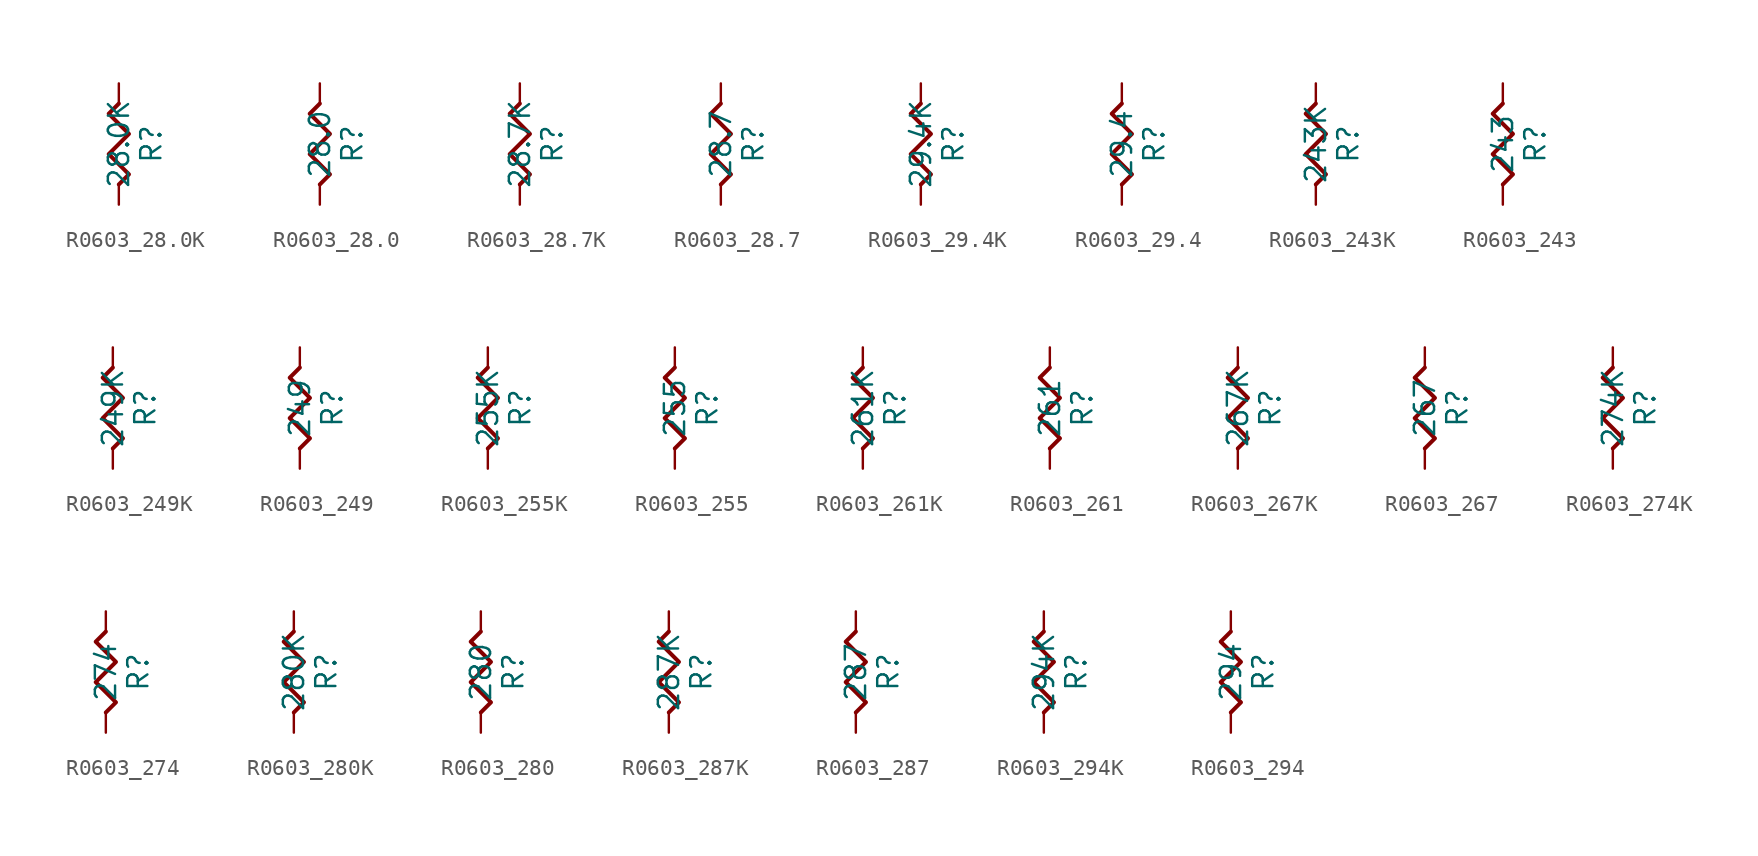
<source format=kicad_sym>
(kicad_symbol_lib
  (version 20211014)
  (generator atlantix-eda)
  (symbol "R0603_28.0K"
    (pin_numbers hide)
    (pin_names
      (offset 0))
    (property "Reference" "R"
      (at 2.032 0 90)
      (effects (font (size 1.27 1.27))))
    (property "Value" "28.0K"
      (at 0 0 90)
      (effects (font (size 1.27 1.27))))
    (symbol "R0603_28.0K_0_1"
      (polyline (pts (xy 0 -2.54) (xy 0.635 -1.905) (xy -0.635 -0.635) (xy 0.635 0.635) (xy -0.635 1.905) (xy 0 2.54)) (stroke (width 0.254) (type default) (color 0 0 0 0)) (fill (type none))))
    (symbol "R0603_28.0K_1_1"
      (pin passive line (at 0 3.81 270) (length 1.27) (name "~" (effects (font (size 1.27 1.27)))) (number "1" (effects (font (size 1.27 1.27)))))
      (pin passive line (at 0 -3.81 90) (length 1.27) (name "~" (effects (font (size 1.27 1.27)))) (number "2" (effects (font (size 1.27 1.27)))))))
  (symbol "R0603_28.0"
    (pin_numbers hide)
    (pin_names
      (offset 0))
    (property "Reference" "R"
      (at 2.032 0 90)
      (effects (font (size 1.27 1.27))))
    (property "Value" "28.0"
      (at 0 0 90)
      (effects (font (size 1.27 1.27))))
    (symbol "R0603_28.0_0_1"
      (polyline (pts (xy 0 -2.54) (xy 0.635 -1.905) (xy -0.635 -0.635) (xy 0.635 0.635) (xy -0.635 1.905) (xy 0 2.54)) (stroke (width 0.254) (type default) (color 0 0 0 0)) (fill (type none))))
    (symbol "R0603_28.0_1_1"
      (pin passive line (at 0 3.81 270) (length 1.27) (name "~" (effects (font (size 1.27 1.27)))) (number "1" (effects (font (size 1.27 1.27)))))
      (pin passive line (at 0 -3.81 90) (length 1.27) (name "~" (effects (font (size 1.27 1.27)))) (number "2" (effects (font (size 1.27 1.27)))))))
  (symbol "R0603_28.7K"
    (pin_numbers hide)
    (pin_names
      (offset 0))
    (property "Reference" "R"
      (at 2.032 0 90)
      (effects (font (size 1.27 1.27))))
    (property "Value" "28.7K"
      (at 0 0 90)
      (effects (font (size 1.27 1.27))))
    (symbol "R0603_28.7K_0_1"
      (polyline (pts (xy 0 -2.54) (xy 0.635 -1.905) (xy -0.635 -0.635) (xy 0.635 0.635) (xy -0.635 1.905) (xy 0 2.54)) (stroke (width 0.254) (type default) (color 0 0 0 0)) (fill (type none))))
    (symbol "R0603_28.7K_1_1"
      (pin passive line (at 0 3.81 270) (length 1.27) (name "~" (effects (font (size 1.27 1.27)))) (number "1" (effects (font (size 1.27 1.27)))))
      (pin passive line (at 0 -3.81 90) (length 1.27) (name "~" (effects (font (size 1.27 1.27)))) (number "2" (effects (font (size 1.27 1.27)))))))
  (symbol "R0603_28.7"
    (pin_numbers hide)
    (pin_names
      (offset 0))
    (property "Reference" "R"
      (at 2.032 0 90)
      (effects (font (size 1.27 1.27))))
    (property "Value" "28.7"
      (at 0 0 90)
      (effects (font (size 1.27 1.27))))
    (symbol "R0603_28.7_0_1"
      (polyline (pts (xy 0 -2.54) (xy 0.635 -1.905) (xy -0.635 -0.635) (xy 0.635 0.635) (xy -0.635 1.905) (xy 0 2.54)) (stroke (width 0.254) (type default) (color 0 0 0 0)) (fill (type none))))
    (symbol "R0603_28.7_1_1"
      (pin passive line (at 0 3.81 270) (length 1.27) (name "~" (effects (font (size 1.27 1.27)))) (number "1" (effects (font (size 1.27 1.27)))))
      (pin passive line (at 0 -3.81 90) (length 1.27) (name "~" (effects (font (size 1.27 1.27)))) (number "2" (effects (font (size 1.27 1.27)))))))
  (symbol "R0603_29.4K"
    (pin_numbers hide)
    (pin_names
      (offset 0))
    (property "Reference" "R"
      (at 2.032 0 90)
      (effects (font (size 1.27 1.27))))
    (property "Value" "29.4K"
      (at 0 0 90)
      (effects (font (size 1.27 1.27))))
    (symbol "R0603_29.4K_0_1"
      (polyline (pts (xy 0 -2.54) (xy 0.635 -1.905) (xy -0.635 -0.635) (xy 0.635 0.635) (xy -0.635 1.905) (xy 0 2.54)) (stroke (width 0.254) (type default) (color 0 0 0 0)) (fill (type none))))
    (symbol "R0603_29.4K_1_1"
      (pin passive line (at 0 3.81 270) (length 1.27) (name "~" (effects (font (size 1.27 1.27)))) (number "1" (effects (font (size 1.27 1.27)))))
      (pin passive line (at 0 -3.81 90) (length 1.27) (name "~" (effects (font (size 1.27 1.27)))) (number "2" (effects (font (size 1.27 1.27)))))))
  (symbol "R0603_29.4"
    (pin_numbers hide)
    (pin_names
      (offset 0))
    (property "Reference" "R"
      (at 2.032 0 90)
      (effects (font (size 1.27 1.27))))
    (property "Value" "29.4"
      (at 0 0 90)
      (effects (font (size 1.27 1.27))))
    (symbol "R0603_29.4_0_1"
      (polyline (pts (xy 0 -2.54) (xy 0.635 -1.905) (xy -0.635 -0.635) (xy 0.635 0.635) (xy -0.635 1.905) (xy 0 2.54)) (stroke (width 0.254) (type default) (color 0 0 0 0)) (fill (type none))))
    (symbol "R0603_29.4_1_1"
      (pin passive line (at 0 3.81 270) (length 1.27) (name "~" (effects (font (size 1.27 1.27)))) (number "1" (effects (font (size 1.27 1.27)))))
      (pin passive line (at 0 -3.81 90) (length 1.27) (name "~" (effects (font (size 1.27 1.27)))) (number "2" (effects (font (size 1.27 1.27)))))))
  (symbol "R0603_243K"
    (pin_numbers hide)
    (pin_names
      (offset 0))
    (property "Reference" "R"
      (at 2.032 0 90)
      (effects (font (size 1.27 1.27))))
    (property "Value" "243K"
      (at 0 0 90)
      (effects (font (size 1.27 1.27))))
    (symbol "R0603_243K_0_1"
      (polyline (pts (xy 0 -2.54) (xy 0.635 -1.905) (xy -0.635 -0.635) (xy 0.635 0.635) (xy -0.635 1.905) (xy 0 2.54)) (stroke (width 0.254) (type default) (color 0 0 0 0)) (fill (type none))))
    (symbol "R0603_243K_1_1"
      (pin passive line (at 0 3.81 270) (length 1.27) (name "~" (effects (font (size 1.27 1.27)))) (number "1" (effects (font (size 1.27 1.27)))))
      (pin passive line (at 0 -3.81 90) (length 1.27) (name "~" (effects (font (size 1.27 1.27)))) (number "2" (effects (font (size 1.27 1.27)))))))
  (symbol "R0603_243"
    (pin_numbers hide)
    (pin_names
      (offset 0))
    (property "Reference" "R"
      (at 2.032 0 90)
      (effects (font (size 1.27 1.27))))
    (property "Value" "243"
      (at 0 0 90)
      (effects (font (size 1.27 1.27))))
    (symbol "R0603_243_0_1"
      (polyline (pts (xy 0 -2.54) (xy 0.635 -1.905) (xy -0.635 -0.635) (xy 0.635 0.635) (xy -0.635 1.905) (xy 0 2.54)) (stroke (width 0.254) (type default) (color 0 0 0 0)) (fill (type none))))
    (symbol "R0603_243_1_1"
      (pin passive line (at 0 3.81 270) (length 1.27) (name "~" (effects (font (size 1.27 1.27)))) (number "1" (effects (font (size 1.27 1.27)))))
      (pin passive line (at 0 -3.81 90) (length 1.27) (name "~" (effects (font (size 1.27 1.27)))) (number "2" (effects (font (size 1.27 1.27)))))))
  (symbol "R0603_249K"
    (pin_numbers hide)
    (pin_names
      (offset 0))
    (property "Reference" "R"
      (at 2.032 0 90)
      (effects (font (size 1.27 1.27))))
    (property "Value" "249K"
      (at 0 0 90)
      (effects (font (size 1.27 1.27))))
    (symbol "R0603_249K_0_1"
      (polyline (pts (xy 0 -2.54) (xy 0.635 -1.905) (xy -0.635 -0.635) (xy 0.635 0.635) (xy -0.635 1.905) (xy 0 2.54)) (stroke (width 0.254) (type default) (color 0 0 0 0)) (fill (type none))))
    (symbol "R0603_249K_1_1"
      (pin passive line (at 0 3.81 270) (length 1.27) (name "~" (effects (font (size 1.27 1.27)))) (number "1" (effects (font (size 1.27 1.27)))))
      (pin passive line (at 0 -3.81 90) (length 1.27) (name "~" (effects (font (size 1.27 1.27)))) (number "2" (effects (font (size 1.27 1.27)))))))
  (symbol "R0603_249"
    (pin_numbers hide)
    (pin_names
      (offset 0))
    (property "Reference" "R"
      (at 2.032 0 90)
      (effects (font (size 1.27 1.27))))
    (property "Value" "249"
      (at 0 0 90)
      (effects (font (size 1.27 1.27))))
    (symbol "R0603_249_0_1"
      (polyline (pts (xy 0 -2.54) (xy 0.635 -1.905) (xy -0.635 -0.635) (xy 0.635 0.635) (xy -0.635 1.905) (xy 0 2.54)) (stroke (width 0.254) (type default) (color 0 0 0 0)) (fill (type none))))
    (symbol "R0603_249_1_1"
      (pin passive line (at 0 3.81 270) (length 1.27) (name "~" (effects (font (size 1.27 1.27)))) (number "1" (effects (font (size 1.27 1.27)))))
      (pin passive line (at 0 -3.81 90) (length 1.27) (name "~" (effects (font (size 1.27 1.27)))) (number "2" (effects (font (size 1.27 1.27)))))))
  (symbol "R0603_255K"
    (pin_numbers hide)
    (pin_names
      (offset 0))
    (property "Reference" "R"
      (at 2.032 0 90)
      (effects (font (size 1.27 1.27))))
    (property "Value" "255K"
      (at 0 0 90)
      (effects (font (size 1.27 1.27))))
    (symbol "R0603_255K_0_1"
      (polyline (pts (xy 0 -2.54) (xy 0.635 -1.905) (xy -0.635 -0.635) (xy 0.635 0.635) (xy -0.635 1.905) (xy 0 2.54)) (stroke (width 0.254) (type default) (color 0 0 0 0)) (fill (type none))))
    (symbol "R0603_255K_1_1"
      (pin passive line (at 0 3.81 270) (length 1.27) (name "~" (effects (font (size 1.27 1.27)))) (number "1" (effects (font (size 1.27 1.27)))))
      (pin passive line (at 0 -3.81 90) (length 1.27) (name "~" (effects (font (size 1.27 1.27)))) (number "2" (effects (font (size 1.27 1.27)))))))
  (symbol "R0603_255"
    (pin_numbers hide)
    (pin_names
      (offset 0))
    (property "Reference" "R"
      (at 2.032 0 90)
      (effects (font (size 1.27 1.27))))
    (property "Value" "255"
      (at 0 0 90)
      (effects (font (size 1.27 1.27))))
    (symbol "R0603_255_0_1"
      (polyline (pts (xy 0 -2.54) (xy 0.635 -1.905) (xy -0.635 -0.635) (xy 0.635 0.635) (xy -0.635 1.905) (xy 0 2.54)) (stroke (width 0.254) (type default) (color 0 0 0 0)) (fill (type none))))
    (symbol "R0603_255_1_1"
      (pin passive line (at 0 3.81 270) (length 1.27) (name "~" (effects (font (size 1.27 1.27)))) (number "1" (effects (font (size 1.27 1.27)))))
      (pin passive line (at 0 -3.81 90) (length 1.27) (name "~" (effects (font (size 1.27 1.27)))) (number "2" (effects (font (size 1.27 1.27)))))))
  (symbol "R0603_261K"
    (pin_numbers hide)
    (pin_names
      (offset 0))
    (property "Reference" "R"
      (at 2.032 0 90)
      (effects (font (size 1.27 1.27))))
    (property "Value" "261K"
      (at 0 0 90)
      (effects (font (size 1.27 1.27))))
    (symbol "R0603_261K_0_1"
      (polyline (pts (xy 0 -2.54) (xy 0.635 -1.905) (xy -0.635 -0.635) (xy 0.635 0.635) (xy -0.635 1.905) (xy 0 2.54)) (stroke (width 0.254) (type default) (color 0 0 0 0)) (fill (type none))))
    (symbol "R0603_261K_1_1"
      (pin passive line (at 0 3.81 270) (length 1.27) (name "~" (effects (font (size 1.27 1.27)))) (number "1" (effects (font (size 1.27 1.27)))))
      (pin passive line (at 0 -3.81 90) (length 1.27) (name "~" (effects (font (size 1.27 1.27)))) (number "2" (effects (font (size 1.27 1.27)))))))
  (symbol "R0603_261"
    (pin_numbers hide)
    (pin_names
      (offset 0))
    (property "Reference" "R"
      (at 2.032 0 90)
      (effects (font (size 1.27 1.27))))
    (property "Value" "261"
      (at 0 0 90)
      (effects (font (size 1.27 1.27))))
    (symbol "R0603_261_0_1"
      (polyline (pts (xy 0 -2.54) (xy 0.635 -1.905) (xy -0.635 -0.635) (xy 0.635 0.635) (xy -0.635 1.905) (xy 0 2.54)) (stroke (width 0.254) (type default) (color 0 0 0 0)) (fill (type none))))
    (symbol "R0603_261_1_1"
      (pin passive line (at 0 3.81 270) (length 1.27) (name "~" (effects (font (size 1.27 1.27)))) (number "1" (effects (font (size 1.27 1.27)))))
      (pin passive line (at 0 -3.81 90) (length 1.27) (name "~" (effects (font (size 1.27 1.27)))) (number "2" (effects (font (size 1.27 1.27)))))))
  (symbol "R0603_267K"
    (pin_numbers hide)
    (pin_names
      (offset 0))
    (property "Reference" "R"
      (at 2.032 0 90)
      (effects (font (size 1.27 1.27))))
    (property "Value" "267K"
      (at 0 0 90)
      (effects (font (size 1.27 1.27))))
    (symbol "R0603_267K_0_1"
      (polyline (pts (xy 0 -2.54) (xy 0.635 -1.905) (xy -0.635 -0.635) (xy 0.635 0.635) (xy -0.635 1.905) (xy 0 2.54)) (stroke (width 0.254) (type default) (color 0 0 0 0)) (fill (type none))))
    (symbol "R0603_267K_1_1"
      (pin passive line (at 0 3.81 270) (length 1.27) (name "~" (effects (font (size 1.27 1.27)))) (number "1" (effects (font (size 1.27 1.27)))))
      (pin passive line (at 0 -3.81 90) (length 1.27) (name "~" (effects (font (size 1.27 1.27)))) (number "2" (effects (font (size 1.27 1.27)))))))
  (symbol "R0603_267"
    (pin_numbers hide)
    (pin_names
      (offset 0))
    (property "Reference" "R"
      (at 2.032 0 90)
      (effects (font (size 1.27 1.27))))
    (property "Value" "267"
      (at 0 0 90)
      (effects (font (size 1.27 1.27))))
    (symbol "R0603_267_0_1"
      (polyline (pts (xy 0 -2.54) (xy 0.635 -1.905) (xy -0.635 -0.635) (xy 0.635 0.635) (xy -0.635 1.905) (xy 0 2.54)) (stroke (width 0.254) (type default) (color 0 0 0 0)) (fill (type none))))
    (symbol "R0603_267_1_1"
      (pin passive line (at 0 3.81 270) (length 1.27) (name "~" (effects (font (size 1.27 1.27)))) (number "1" (effects (font (size 1.27 1.27)))))
      (pin passive line (at 0 -3.81 90) (length 1.27) (name "~" (effects (font (size 1.27 1.27)))) (number "2" (effects (font (size 1.27 1.27)))))))
  (symbol "R0603_274K"
    (pin_numbers hide)
    (pin_names
      (offset 0))
    (property "Reference" "R"
      (at 2.032 0 90)
      (effects (font (size 1.27 1.27))))
    (property "Value" "274K"
      (at 0 0 90)
      (effects (font (size 1.27 1.27))))
    (symbol "R0603_274K_0_1"
      (polyline (pts (xy 0 -2.54) (xy 0.635 -1.905) (xy -0.635 -0.635) (xy 0.635 0.635) (xy -0.635 1.905) (xy 0 2.54)) (stroke (width 0.254) (type default) (color 0 0 0 0)) (fill (type none))))
    (symbol "R0603_274K_1_1"
      (pin passive line (at 0 3.81 270) (length 1.27) (name "~" (effects (font (size 1.27 1.27)))) (number "1" (effects (font (size 1.27 1.27)))))
      (pin passive line (at 0 -3.81 90) (length 1.27) (name "~" (effects (font (size 1.27 1.27)))) (number "2" (effects (font (size 1.27 1.27)))))))
  (symbol "R0603_274"
    (pin_numbers hide)
    (pin_names
      (offset 0))
    (property "Reference" "R"
      (at 2.032 0 90)
      (effects (font (size 1.27 1.27))))
    (property "Value" "274"
      (at 0 0 90)
      (effects (font (size 1.27 1.27))))
    (symbol "R0603_274_0_1"
      (polyline (pts (xy 0 -2.54) (xy 0.635 -1.905) (xy -0.635 -0.635) (xy 0.635 0.635) (xy -0.635 1.905) (xy 0 2.54)) (stroke (width 0.254) (type default) (color 0 0 0 0)) (fill (type none))))
    (symbol "R0603_274_1_1"
      (pin passive line (at 0 3.81 270) (length 1.27) (name "~" (effects (font (size 1.27 1.27)))) (number "1" (effects (font (size 1.27 1.27)))))
      (pin passive line (at 0 -3.81 90) (length 1.27) (name "~" (effects (font (size 1.27 1.27)))) (number "2" (effects (font (size 1.27 1.27)))))))
  (symbol "R0603_280K"
    (pin_numbers hide)
    (pin_names
      (offset 0))
    (property "Reference" "R"
      (at 2.032 0 90)
      (effects (font (size 1.27 1.27))))
    (property "Value" "280K"
      (at 0 0 90)
      (effects (font (size 1.27 1.27))))
    (symbol "R0603_280K_0_1"
      (polyline (pts (xy 0 -2.54) (xy 0.635 -1.905) (xy -0.635 -0.635) (xy 0.635 0.635) (xy -0.635 1.905) (xy 0 2.54)) (stroke (width 0.254) (type default) (color 0 0 0 0)) (fill (type none))))
    (symbol "R0603_280K_1_1"
      (pin passive line (at 0 3.81 270) (length 1.27) (name "~" (effects (font (size 1.27 1.27)))) (number "1" (effects (font (size 1.27 1.27)))))
      (pin passive line (at 0 -3.81 90) (length 1.27) (name "~" (effects (font (size 1.27 1.27)))) (number "2" (effects (font (size 1.27 1.27)))))))
  (symbol "R0603_280"
    (pin_numbers hide)
    (pin_names
      (offset 0))
    (property "Reference" "R"
      (at 2.032 0 90)
      (effects (font (size 1.27 1.27))))
    (property "Value" "280"
      (at 0 0 90)
      (effects (font (size 1.27 1.27))))
    (symbol "R0603_280_0_1"
      (polyline (pts (xy 0 -2.54) (xy 0.635 -1.905) (xy -0.635 -0.635) (xy 0.635 0.635) (xy -0.635 1.905) (xy 0 2.54)) (stroke (width 0.254) (type default) (color 0 0 0 0)) (fill (type none))))
    (symbol "R0603_280_1_1"
      (pin passive line (at 0 3.81 270) (length 1.27) (name "~" (effects (font (size 1.27 1.27)))) (number "1" (effects (font (size 1.27 1.27)))))
      (pin passive line (at 0 -3.81 90) (length 1.27) (name "~" (effects (font (size 1.27 1.27)))) (number "2" (effects (font (size 1.27 1.27)))))))
  (symbol "R0603_287K"
    (pin_numbers hide)
    (pin_names
      (offset 0))
    (property "Reference" "R"
      (at 2.032 0 90)
      (effects (font (size 1.27 1.27))))
    (property "Value" "287K"
      (at 0 0 90)
      (effects (font (size 1.27 1.27))))
    (symbol "R0603_287K_0_1"
      (polyline (pts (xy 0 -2.54) (xy 0.635 -1.905) (xy -0.635 -0.635) (xy 0.635 0.635) (xy -0.635 1.905) (xy 0 2.54)) (stroke (width 0.254) (type default) (color 0 0 0 0)) (fill (type none))))
    (symbol "R0603_287K_1_1"
      (pin passive line (at 0 3.81 270) (length 1.27) (name "~" (effects (font (size 1.27 1.27)))) (number "1" (effects (font (size 1.27 1.27)))))
      (pin passive line (at 0 -3.81 90) (length 1.27) (name "~" (effects (font (size 1.27 1.27)))) (number "2" (effects (font (size 1.27 1.27)))))))
  (symbol "R0603_287"
    (pin_numbers hide)
    (pin_names
      (offset 0))
    (property "Reference" "R"
      (at 2.032 0 90)
      (effects (font (size 1.27 1.27))))
    (property "Value" "287"
      (at 0 0 90)
      (effects (font (size 1.27 1.27))))
    (symbol "R0603_287_0_1"
      (polyline (pts (xy 0 -2.54) (xy 0.635 -1.905) (xy -0.635 -0.635) (xy 0.635 0.635) (xy -0.635 1.905) (xy 0 2.54)) (stroke (width 0.254) (type default) (color 0 0 0 0)) (fill (type none))))
    (symbol "R0603_287_1_1"
      (pin passive line (at 0 3.81 270) (length 1.27) (name "~" (effects (font (size 1.27 1.27)))) (number "1" (effects (font (size 1.27 1.27)))))
      (pin passive line (at 0 -3.81 90) (length 1.27) (name "~" (effects (font (size 1.27 1.27)))) (number "2" (effects (font (size 1.27 1.27)))))))
  (symbol "R0603_294K"
    (pin_numbers hide)
    (pin_names
      (offset 0))
    (property "Reference" "R"
      (at 2.032 0 90)
      (effects (font (size 1.27 1.27))))
    (property "Value" "294K"
      (at 0 0 90)
      (effects (font (size 1.27 1.27))))
    (symbol "R0603_294K_0_1"
      (polyline (pts (xy 0 -2.54) (xy 0.635 -1.905) (xy -0.635 -0.635) (xy 0.635 0.635) (xy -0.635 1.905) (xy 0 2.54)) (stroke (width 0.254) (type default) (color 0 0 0 0)) (fill (type none))))
    (symbol "R0603_294K_1_1"
      (pin passive line (at 0 3.81 270) (length 1.27) (name "~" (effects (font (size 1.27 1.27)))) (number "1" (effects (font (size 1.27 1.27)))))
      (pin passive line (at 0 -3.81 90) (length 1.27) (name "~" (effects (font (size 1.27 1.27)))) (number "2" (effects (font (size 1.27 1.27)))))))
  (symbol "R0603_294"
    (pin_numbers hide)
    (pin_names
      (offset 0))
    (property "Reference" "R"
      (at 2.032 0 90)
      (effects (font (size 1.27 1.27))))
    (property "Value" "294"
      (at 0 0 90)
      (effects (font (size 1.27 1.27))))
    (symbol "R0603_294_0_1"
      (polyline (pts (xy 0 -2.54) (xy 0.635 -1.905) (xy -0.635 -0.635) (xy 0.635 0.635) (xy -0.635 1.905) (xy 0 2.54)) (stroke (width 0.254) (type default) (color 0 0 0 0)) (fill (type none))))
    (symbol "R0603_294_1_1"
      (pin passive line (at 0 3.81 270) (length 1.27) (name "~" (effects (font (size 1.27 1.27)))) (number "1" (effects (font (size 1.27 1.27)))))
      (pin passive line (at 0 -3.81 90) (length 1.27) (name "~" (effects (font (size 1.27 1.27)))) (number "2" (effects (font (size 1.27 1.27))))))))
</source>
